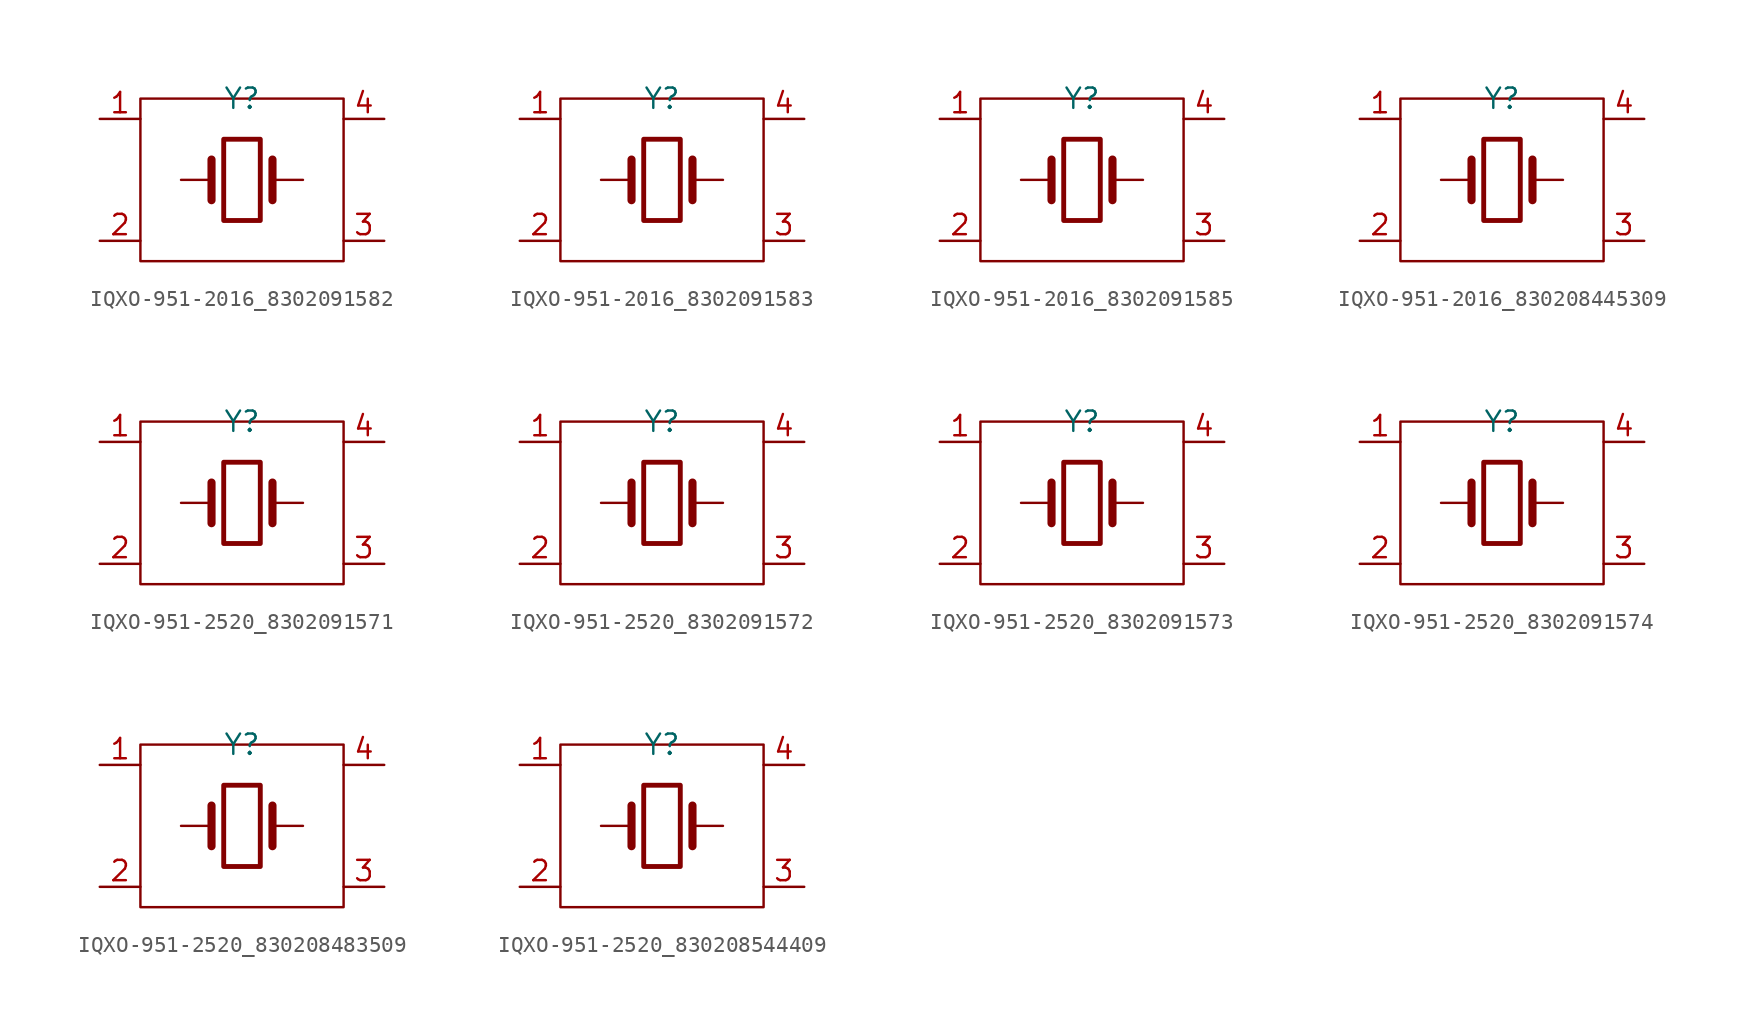
<source format=kicad_sym>
(kicad_symbol_lib
  (version 20220914)
  (generator kicad_symbol_editor)
  (symbol "IQXO-951-2016_8302091582"
    (pin_names hide)
    (property "Reference" "Y"
      (at 0 5.08 0)
      (effects (font (size 1.27 1.27))))
    (property "Critical Parameter" ""
      (at 0 -5.08 0)
      (effects (font (size 1.27 1.27)) (justify left)))
    (symbol "IQXO-951-2016_8302091582_0_1"
      (rectangle (start -6.35 5.08) (end 6.35 -5.08) (stroke (width 0) (type default)) (fill (type none)))
      (rectangle (start -1.143 2.54) (end 1.143 -2.54) (stroke (width 0.305) (type default)) (fill (type none)))
      (polyline (pts (xy -3.81 0) (xy -1.905 0)) (stroke (width 0) (type default)) (fill (type none)))
      (polyline (pts (xy -1.905 -1.27) (xy -1.905 1.27)) (stroke (width 0.508) (type default)) (fill (type none)))
      (polyline (pts (xy 1.905 -1.27) (xy 1.905 1.27)) (stroke (width 0.508) (type default)) (fill (type none)))
      (polyline (pts (xy 3.81 0) (xy 1.905 0)) (stroke (width 0) (type default)) (fill (type none))))
    (symbol "IQXO-951-2016_8302091582_1_1"
      (pin passive line (at -8.89 3.81 0) (length 2.54) (name "E/D" (effects (font (size 1.27 1.27)))) (number "1" (effects (font (size 1.27 1.27)))))
      (pin passive line (at -8.89 -3.81 0) (length 2.54) (name "GND" (effects (font (size 1.27 1.27)))) (number "2" (effects (font (size 1.27 1.27)))))
      (pin passive line (at 8.89 -3.81 180) (length 2.54) (name "OUT" (effects (font (size 1.27 1.27)))) (number "3" (effects (font (size 1.27 1.27)))))
      (pin passive line (at 8.89 3.81 180) (length 2.54) (name "+VS" (effects (font (size 1.27 1.27)))) (number "4" (effects (font (size 1.27 1.27)))))))
  (symbol "IQXO-951-2016_8302091583"
    (pin_names hide)
    (property "Reference" "Y"
      (at 0 5.08 0)
      (effects (font (size 1.27 1.27))))
    (property "Critical Parameter" ""
      (at 0 -5.08 0)
      (effects (font (size 1.27 1.27)) (justify left)))
    (symbol "IQXO-951-2016_8302091583_0_1"
      (rectangle (start -6.35 5.08) (end 6.35 -5.08) (stroke (width 0) (type default)) (fill (type none)))
      (rectangle (start -1.143 2.54) (end 1.143 -2.54) (stroke (width 0.305) (type default)) (fill (type none)))
      (polyline (pts (xy -3.81 0) (xy -1.905 0)) (stroke (width 0) (type default)) (fill (type none)))
      (polyline (pts (xy -1.905 -1.27) (xy -1.905 1.27)) (stroke (width 0.508) (type default)) (fill (type none)))
      (polyline (pts (xy 1.905 -1.27) (xy 1.905 1.27)) (stroke (width 0.508) (type default)) (fill (type none)))
      (polyline (pts (xy 3.81 0) (xy 1.905 0)) (stroke (width 0) (type default)) (fill (type none))))
    (symbol "IQXO-951-2016_8302091583_1_1"
      (pin passive line (at -8.89 3.81 0) (length 2.54) (name "E/D" (effects (font (size 1.27 1.27)))) (number "1" (effects (font (size 1.27 1.27)))))
      (pin passive line (at -8.89 -3.81 0) (length 2.54) (name "GND" (effects (font (size 1.27 1.27)))) (number "2" (effects (font (size 1.27 1.27)))))
      (pin passive line (at 8.89 -3.81 180) (length 2.54) (name "OUT" (effects (font (size 1.27 1.27)))) (number "3" (effects (font (size 1.27 1.27)))))
      (pin passive line (at 8.89 3.81 180) (length 2.54) (name "+VS" (effects (font (size 1.27 1.27)))) (number "4" (effects (font (size 1.27 1.27)))))))
  (symbol "IQXO-951-2016_8302091585"
    (pin_names hide)
    (property "Reference" "Y"
      (at 0 5.08 0)
      (effects (font (size 1.27 1.27))))
    (property "Critical Parameter" ""
      (at 0 -5.08 0)
      (effects (font (size 1.27 1.27)) (justify left)))
    (symbol "IQXO-951-2016_8302091585_0_1"
      (rectangle (start -6.35 5.08) (end 6.35 -5.08) (stroke (width 0) (type default)) (fill (type none)))
      (rectangle (start -1.143 2.54) (end 1.143 -2.54) (stroke (width 0.305) (type default)) (fill (type none)))
      (polyline (pts (xy -3.81 0) (xy -1.905 0)) (stroke (width 0) (type default)) (fill (type none)))
      (polyline (pts (xy -1.905 -1.27) (xy -1.905 1.27)) (stroke (width 0.508) (type default)) (fill (type none)))
      (polyline (pts (xy 1.905 -1.27) (xy 1.905 1.27)) (stroke (width 0.508) (type default)) (fill (type none)))
      (polyline (pts (xy 3.81 0) (xy 1.905 0)) (stroke (width 0) (type default)) (fill (type none))))
    (symbol "IQXO-951-2016_8302091585_1_1"
      (pin passive line (at -8.89 3.81 0) (length 2.54) (name "E/D" (effects (font (size 1.27 1.27)))) (number "1" (effects (font (size 1.27 1.27)))))
      (pin passive line (at -8.89 -3.81 0) (length 2.54) (name "GND" (effects (font (size 1.27 1.27)))) (number "2" (effects (font (size 1.27 1.27)))))
      (pin passive line (at 8.89 -3.81 180) (length 2.54) (name "OUT" (effects (font (size 1.27 1.27)))) (number "3" (effects (font (size 1.27 1.27)))))
      (pin passive line (at 8.89 3.81 180) (length 2.54) (name "+VS" (effects (font (size 1.27 1.27)))) (number "4" (effects (font (size 1.27 1.27)))))))
  (symbol "IQXO-951-2016_830208445309"
    (pin_names hide)
    (property "Reference" "Y"
      (at 0 5.08 0)
      (effects (font (size 1.27 1.27))))
    (property "Critical Parameter" ""
      (at 0 -5.08 0)
      (effects (font (size 1.27 1.27)) (justify left)))
    (symbol "IQXO-951-2016_830208445309_0_1"
      (rectangle (start -6.35 5.08) (end 6.35 -5.08) (stroke (width 0) (type default)) (fill (type none)))
      (rectangle (start -1.143 2.54) (end 1.143 -2.54) (stroke (width 0.305) (type default)) (fill (type none)))
      (polyline (pts (xy -3.81 0) (xy -1.905 0)) (stroke (width 0) (type default)) (fill (type none)))
      (polyline (pts (xy -1.905 -1.27) (xy -1.905 1.27)) (stroke (width 0.508) (type default)) (fill (type none)))
      (polyline (pts (xy 1.905 -1.27) (xy 1.905 1.27)) (stroke (width 0.508) (type default)) (fill (type none)))
      (polyline (pts (xy 3.81 0) (xy 1.905 0)) (stroke (width 0) (type default)) (fill (type none))))
    (symbol "IQXO-951-2016_830208445309_1_1"
      (pin passive line (at -8.89 3.81 0) (length 2.54) (name "E/D" (effects (font (size 1.27 1.27)))) (number "1" (effects (font (size 1.27 1.27)))))
      (pin passive line (at -8.89 -3.81 0) (length 2.54) (name "GND" (effects (font (size 1.27 1.27)))) (number "2" (effects (font (size 1.27 1.27)))))
      (pin passive line (at 8.89 -3.81 180) (length 2.54) (name "OUT" (effects (font (size 1.27 1.27)))) (number "3" (effects (font (size 1.27 1.27)))))
      (pin passive line (at 8.89 3.81 180) (length 2.54) (name "+VS" (effects (font (size 1.27 1.27)))) (number "4" (effects (font (size 1.27 1.27)))))))
  (symbol "IQXO-951-2520_8302091571"
    (pin_names hide)
    (property "Reference" "Y"
      (at 0 5.08 0)
      (effects (font (size 1.27 1.27))))
    (property "Critical Parameter" ""
      (at 0 -5.08 0)
      (effects (font (size 1.27 1.27)) (justify left)))
    (symbol "IQXO-951-2520_8302091571_0_1"
      (rectangle (start -6.35 5.08) (end 6.35 -5.08) (stroke (width 0) (type default)) (fill (type none)))
      (rectangle (start -1.143 2.54) (end 1.143 -2.54) (stroke (width 0.305) (type default)) (fill (type none)))
      (polyline (pts (xy -3.81 0) (xy -1.905 0)) (stroke (width 0) (type default)) (fill (type none)))
      (polyline (pts (xy -1.905 -1.27) (xy -1.905 1.27)) (stroke (width 0.508) (type default)) (fill (type none)))
      (polyline (pts (xy 1.905 -1.27) (xy 1.905 1.27)) (stroke (width 0.508) (type default)) (fill (type none)))
      (polyline (pts (xy 3.81 0) (xy 1.905 0)) (stroke (width 0) (type default)) (fill (type none))))
    (symbol "IQXO-951-2520_8302091571_1_1"
      (pin passive line (at -8.89 3.81 0) (length 2.54) (name "SO" (effects (font (size 1.27 1.27)))) (number "1" (effects (font (size 1.27 1.27)))))
      (pin passive line (at -8.89 -3.81 0) (length 2.54) (name "GND" (effects (font (size 1.27 1.27)))) (number "2" (effects (font (size 1.27 1.27)))))
      (pin passive line (at 8.89 -3.81 180) (length 2.54) (name "OUT" (effects (font (size 1.27 1.27)))) (number "3" (effects (font (size 1.27 1.27)))))
      (pin passive line (at 8.89 3.81 180) (length 2.54) (name "+VS" (effects (font (size 1.27 1.27)))) (number "4" (effects (font (size 1.27 1.27)))))))
  (symbol "IQXO-951-2520_8302091572"
    (pin_names hide)
    (property "Reference" "Y"
      (at 0 5.08 0)
      (effects (font (size 1.27 1.27))))
    (property "Critical Parameter" ""
      (at 0 -5.08 0)
      (effects (font (size 1.27 1.27)) (justify left)))
    (symbol "IQXO-951-2520_8302091572_0_1"
      (rectangle (start -6.35 5.08) (end 6.35 -5.08) (stroke (width 0) (type default)) (fill (type none)))
      (rectangle (start -1.143 2.54) (end 1.143 -2.54) (stroke (width 0.305) (type default)) (fill (type none)))
      (polyline (pts (xy -3.81 0) (xy -1.905 0)) (stroke (width 0) (type default)) (fill (type none)))
      (polyline (pts (xy -1.905 -1.27) (xy -1.905 1.27)) (stroke (width 0.508) (type default)) (fill (type none)))
      (polyline (pts (xy 1.905 -1.27) (xy 1.905 1.27)) (stroke (width 0.508) (type default)) (fill (type none)))
      (polyline (pts (xy 3.81 0) (xy 1.905 0)) (stroke (width 0) (type default)) (fill (type none))))
    (symbol "IQXO-951-2520_8302091572_1_1"
      (pin passive line (at -8.89 3.81 0) (length 2.54) (name "SO" (effects (font (size 1.27 1.27)))) (number "1" (effects (font (size 1.27 1.27)))))
      (pin passive line (at -8.89 -3.81 0) (length 2.54) (name "GND" (effects (font (size 1.27 1.27)))) (number "2" (effects (font (size 1.27 1.27)))))
      (pin passive line (at 8.89 -3.81 180) (length 2.54) (name "OUT" (effects (font (size 1.27 1.27)))) (number "3" (effects (font (size 1.27 1.27)))))
      (pin passive line (at 8.89 3.81 180) (length 2.54) (name "+VS" (effects (font (size 1.27 1.27)))) (number "4" (effects (font (size 1.27 1.27)))))))
  (symbol "IQXO-951-2520_8302091573"
    (pin_names hide)
    (property "Reference" "Y"
      (at 0 5.08 0)
      (effects (font (size 1.27 1.27))))
    (property "Critical Parameter" ""
      (at 0 -5.08 0)
      (effects (font (size 1.27 1.27)) (justify left)))
    (symbol "IQXO-951-2520_8302091573_0_1"
      (rectangle (start -6.35 5.08) (end 6.35 -5.08) (stroke (width 0) (type default)) (fill (type none)))
      (rectangle (start -1.143 2.54) (end 1.143 -2.54) (stroke (width 0.305) (type default)) (fill (type none)))
      (polyline (pts (xy -3.81 0) (xy -1.905 0)) (stroke (width 0) (type default)) (fill (type none)))
      (polyline (pts (xy -1.905 -1.27) (xy -1.905 1.27)) (stroke (width 0.508) (type default)) (fill (type none)))
      (polyline (pts (xy 1.905 -1.27) (xy 1.905 1.27)) (stroke (width 0.508) (type default)) (fill (type none)))
      (polyline (pts (xy 3.81 0) (xy 1.905 0)) (stroke (width 0) (type default)) (fill (type none))))
    (symbol "IQXO-951-2520_8302091573_1_1"
      (pin passive line (at -8.89 3.81 0) (length 2.54) (name "SO" (effects (font (size 1.27 1.27)))) (number "1" (effects (font (size 1.27 1.27)))))
      (pin passive line (at -8.89 -3.81 0) (length 2.54) (name "GND" (effects (font (size 1.27 1.27)))) (number "2" (effects (font (size 1.27 1.27)))))
      (pin passive line (at 8.89 -3.81 180) (length 2.54) (name "OUT" (effects (font (size 1.27 1.27)))) (number "3" (effects (font (size 1.27 1.27)))))
      (pin passive line (at 8.89 3.81 180) (length 2.54) (name "+VS" (effects (font (size 1.27 1.27)))) (number "4" (effects (font (size 1.27 1.27)))))))
  (symbol "IQXO-951-2520_8302091574"
    (pin_names hide)
    (property "Reference" "Y"
      (at 0 5.08 0)
      (effects (font (size 1.27 1.27))))
    (property "Critical Parameter" ""
      (at 0 -5.08 0)
      (effects (font (size 1.27 1.27)) (justify left)))
    (symbol "IQXO-951-2520_8302091574_0_1"
      (rectangle (start -6.35 5.08) (end 6.35 -5.08) (stroke (width 0) (type default)) (fill (type none)))
      (rectangle (start -1.143 2.54) (end 1.143 -2.54) (stroke (width 0.305) (type default)) (fill (type none)))
      (polyline (pts (xy -3.81 0) (xy -1.905 0)) (stroke (width 0) (type default)) (fill (type none)))
      (polyline (pts (xy -1.905 -1.27) (xy -1.905 1.27)) (stroke (width 0.508) (type default)) (fill (type none)))
      (polyline (pts (xy 1.905 -1.27) (xy 1.905 1.27)) (stroke (width 0.508) (type default)) (fill (type none)))
      (polyline (pts (xy 3.81 0) (xy 1.905 0)) (stroke (width 0) (type default)) (fill (type none))))
    (symbol "IQXO-951-2520_8302091574_1_1"
      (pin passive line (at -8.89 3.81 0) (length 2.54) (name "SO" (effects (font (size 1.27 1.27)))) (number "1" (effects (font (size 1.27 1.27)))))
      (pin passive line (at -8.89 -3.81 0) (length 2.54) (name "GND" (effects (font (size 1.27 1.27)))) (number "2" (effects (font (size 1.27 1.27)))))
      (pin passive line (at 8.89 -3.81 180) (length 2.54) (name "OUT" (effects (font (size 1.27 1.27)))) (number "3" (effects (font (size 1.27 1.27)))))
      (pin passive line (at 8.89 3.81 180) (length 2.54) (name "+VS" (effects (font (size 1.27 1.27)))) (number "4" (effects (font (size 1.27 1.27)))))))
  (symbol "IQXO-951-2520_830208483509"
    (pin_names hide)
    (property "Reference" "Y"
      (at 0 5.08 0)
      (effects (font (size 1.27 1.27))))
    (property "Critical Parameter" ""
      (at 0 -5.08 0)
      (effects (font (size 1.27 1.27)) (justify left)))
    (symbol "IQXO-951-2520_830208483509_0_1"
      (rectangle (start -6.35 5.08) (end 6.35 -5.08) (stroke (width 0) (type default)) (fill (type none)))
      (rectangle (start -1.143 2.54) (end 1.143 -2.54) (stroke (width 0.305) (type default)) (fill (type none)))
      (polyline (pts (xy -3.81 0) (xy -1.905 0)) (stroke (width 0) (type default)) (fill (type none)))
      (polyline (pts (xy -1.905 -1.27) (xy -1.905 1.27)) (stroke (width 0.508) (type default)) (fill (type none)))
      (polyline (pts (xy 1.905 -1.27) (xy 1.905 1.27)) (stroke (width 0.508) (type default)) (fill (type none)))
      (polyline (pts (xy 3.81 0) (xy 1.905 0)) (stroke (width 0) (type default)) (fill (type none))))
    (symbol "IQXO-951-2520_830208483509_1_1"
      (pin passive line (at -8.89 3.81 0) (length 2.54) (name "SO" (effects (font (size 1.27 1.27)))) (number "1" (effects (font (size 1.27 1.27)))))
      (pin passive line (at -8.89 -3.81 0) (length 2.54) (name "GND" (effects (font (size 1.27 1.27)))) (number "2" (effects (font (size 1.27 1.27)))))
      (pin passive line (at 8.89 -3.81 180) (length 2.54) (name "OUT" (effects (font (size 1.27 1.27)))) (number "3" (effects (font (size 1.27 1.27)))))
      (pin passive line (at 8.89 3.81 180) (length 2.54) (name "+VS" (effects (font (size 1.27 1.27)))) (number "4" (effects (font (size 1.27 1.27)))))))
  (symbol "IQXO-951-2520_830208544409"
    (pin_names hide)
    (property "Reference" "Y"
      (at 0 5.08 0)
      (effects (font (size 1.27 1.27))))
    (property "Critical Parameter" ""
      (at 0 -5.08 0)
      (effects (font (size 1.27 1.27)) (justify left)))
    (symbol "IQXO-951-2520_830208544409_0_1"
      (rectangle (start -6.35 5.08) (end 6.35 -5.08) (stroke (width 0) (type default)) (fill (type none)))
      (rectangle (start -1.143 2.54) (end 1.143 -2.54) (stroke (width 0.305) (type default)) (fill (type none)))
      (polyline (pts (xy -3.81 0) (xy -1.905 0)) (stroke (width 0) (type default)) (fill (type none)))
      (polyline (pts (xy -1.905 -1.27) (xy -1.905 1.27)) (stroke (width 0.508) (type default)) (fill (type none)))
      (polyline (pts (xy 1.905 -1.27) (xy 1.905 1.27)) (stroke (width 0.508) (type default)) (fill (type none)))
      (polyline (pts (xy 3.81 0) (xy 1.905 0)) (stroke (width 0) (type default)) (fill (type none))))
    (symbol "IQXO-951-2520_830208544409_1_1"
      (pin passive line (at -8.89 3.81 0) (length 2.54) (name "SO" (effects (font (size 1.27 1.27)))) (number "1" (effects (font (size 1.27 1.27)))))
      (pin passive line (at -8.89 -3.81 0) (length 2.54) (name "GND" (effects (font (size 1.27 1.27)))) (number "2" (effects (font (size 1.27 1.27)))))
      (pin passive line (at 8.89 -3.81 180) (length 2.54) (name "OUT" (effects (font (size 1.27 1.27)))) (number "3" (effects (font (size 1.27 1.27)))))
      (pin passive line (at 8.89 3.81 180) (length 2.54) (name "+VS" (effects (font (size 1.27 1.27)))) (number "4" (effects (font (size 1.27 1.27))))))))
</source>
